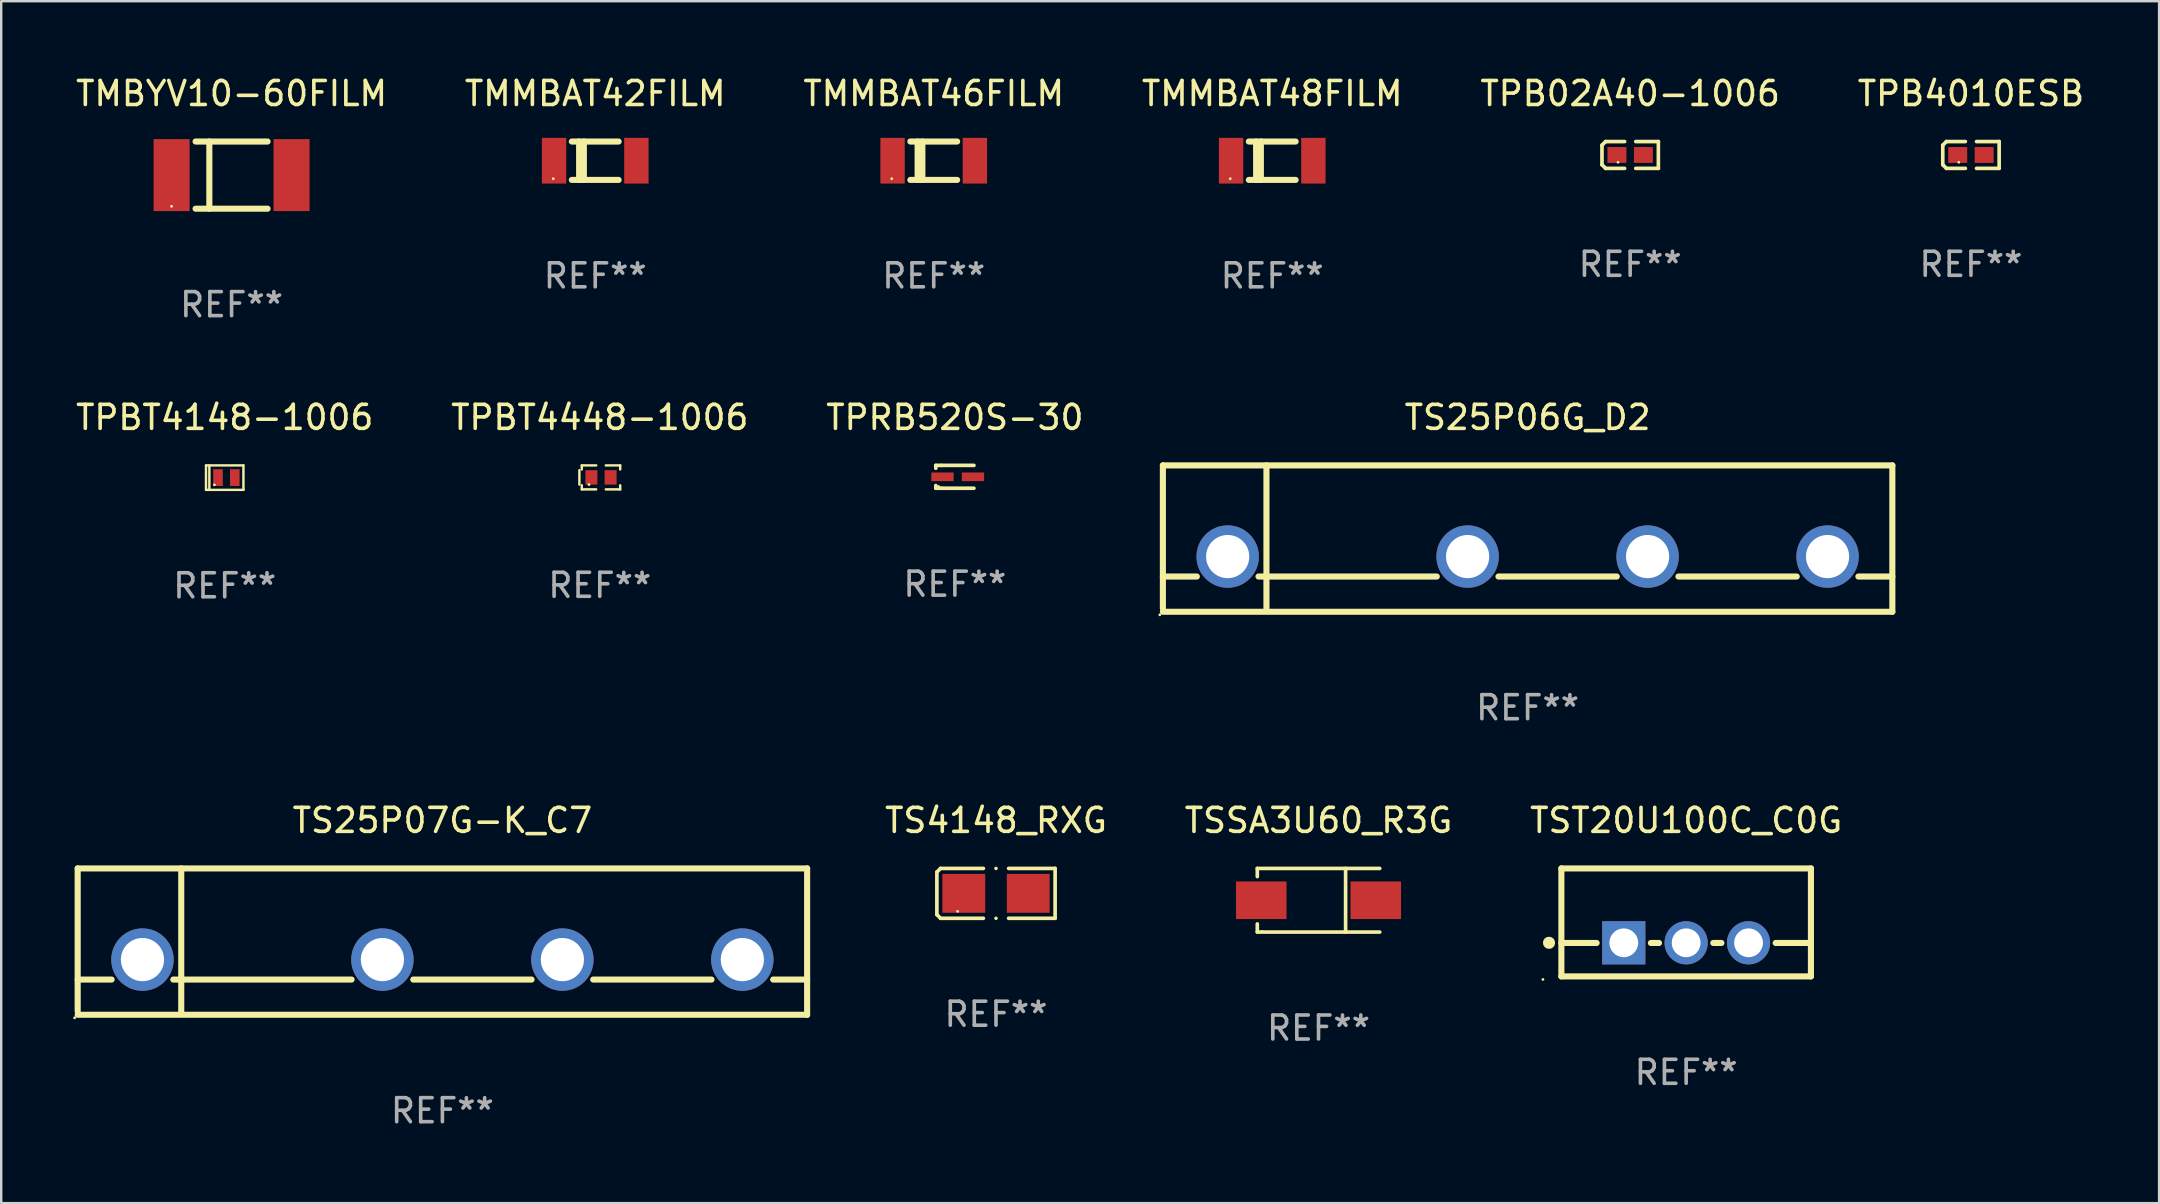
<source format=kicad_pcb>
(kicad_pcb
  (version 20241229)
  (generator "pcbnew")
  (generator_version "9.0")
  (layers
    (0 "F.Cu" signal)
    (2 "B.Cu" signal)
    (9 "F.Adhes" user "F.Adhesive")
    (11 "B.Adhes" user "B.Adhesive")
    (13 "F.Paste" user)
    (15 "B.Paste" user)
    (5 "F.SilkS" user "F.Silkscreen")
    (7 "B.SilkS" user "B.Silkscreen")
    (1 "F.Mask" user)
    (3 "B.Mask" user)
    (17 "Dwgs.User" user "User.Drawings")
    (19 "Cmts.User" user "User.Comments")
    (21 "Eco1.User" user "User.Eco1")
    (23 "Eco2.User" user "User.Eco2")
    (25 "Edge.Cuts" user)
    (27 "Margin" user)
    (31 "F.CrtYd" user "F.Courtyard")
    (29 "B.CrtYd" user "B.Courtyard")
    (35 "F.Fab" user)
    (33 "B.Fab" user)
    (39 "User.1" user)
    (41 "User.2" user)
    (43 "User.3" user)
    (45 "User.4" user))
  (footprint "TMMBAT42FILM"
    (layer "F.Cu")
    (at 21.756 3.648)
    (property "Reference" "TMMBAT42FILM" (at 0 -2.8 0) (layer "F.SilkS") (effects (font (size 1 1) (thickness 0.15))))
    (attr through_hole)
    (fp_line (start -0.975 -0.8) (end 0.975 -0.8) (stroke (width 0.254) (type solid)) (layer "F.SilkS"))
    (fp_line (start -0.975 0.8) (end 0.975 0.8) (stroke (width 0.254) (type solid)) (layer "F.SilkS"))
    (fp_line (start -0.671 -0.8) (end -0.671 0.8) (stroke (width 0.254) (type solid)) (layer "F.SilkS"))
    (fp_line (start -0.474 -0.8) (end -0.474 0.8) (stroke (width 0.254) (type solid)) (layer "F.SilkS"))
    (fp_circle (center -1.75 0.75) (end -1.72 0.75) (stroke (width 0.06) (type solid)) (fill no) (layer "F.SilkS"))
    (fp_text user "REF**" (at 0 4.8 0) (layer "F.Fab") (effects (font (size 1 1) (thickness 0.15))))
    (pad "1" smd rect (at -1.715 0 180) (size 1.016 1.905) (layers "F.Cu" "F.Mask" "F.Paste"))
    (pad "2" smd rect (at 1.715 0 180) (size 1.016 1.905) (layers "F.Cu" "F.Mask" "F.Paste")))
  (footprint "TPB4010ESB"
    (layer "F.Cu")
    (at 79.089 3.408)
    (property "Reference" "TPB4010ESB" (at 0 -2.559 0) (layer "F.SilkS") (effects (font (size 1 1) (thickness 0.15))))
    (attr through_hole)
    (fp_line (start -1.175 -0.407) (end -1.023 -0.559) (stroke (width 0.152) (type solid)) (layer "F.SilkS"))
    (fp_line (start -1.175 0.407) (end -1.175 -0.407) (stroke (width 0.152) (type solid)) (layer "F.SilkS"))
    (fp_line (start -1.023 -0.559) (end -0.232 -0.559) (stroke (width 0.152) (type solid)) (layer "F.SilkS"))
    (fp_line (start -1.023 0.559) (end -1.175 0.407) (stroke (width 0.152) (type solid)) (layer "F.SilkS"))
    (fp_line (start -0.232 0.559) (end -1.023 0.559) (stroke (width 0.152) (type solid)) (layer "F.SilkS"))
    (fp_line (start 0.232 0.559) (end 1.175 0.559) (stroke (width 0.152) (type solid)) (layer "F.SilkS"))
    (fp_line (start 1.175 -0.559) (end 0.232 -0.559) (stroke (width 0.152) (type solid)) (layer "F.SilkS"))
    (fp_line (start 1.175 0.559) (end 1.175 -0.559) (stroke (width 0.152) (type solid)) (layer "F.SilkS"))
    (fp_circle (center -0.506 0.306) (end -0.476 0.306) (stroke (width 0.06) (type solid)) (fill no) (layer "F.SilkS"))
    (fp_text user "REF**" (at 0 4.559 0) (layer "F.Fab") (effects (font (size 1 1) (thickness 0.15))))
    (pad "1" smd rect (at -0.551 0) (size 0.79 0.661) (layers "F.Cu" "F.Mask" "F.Paste"))
    (pad "2" smd rect (at 0.551 0) (size 0.79 0.661) (layers "F.Cu" "F.Mask" "F.Paste")))
  (footprint "TMBYV10-60FILM"
    (layer "F.Cu")
    (at 6.601 4.248)
    (property "Reference" "TMBYV10-60FILM" (at 0 -3.4 0) (layer "F.SilkS") (effects (font (size 1 1) (thickness 0.15))))
    (attr through_hole)
    (fp_line (start -1.5 -1.4) (end 1.5 -1.4) (stroke (width 0.254) (type solid)) (layer "F.SilkS"))
    (fp_line (start -1.5 1.4) (end 1.5 1.4) (stroke (width 0.254) (type solid)) (layer "F.SilkS"))
    (fp_line (start -0.927 -1.4) (end -0.927 1.4) (stroke (width 0.254) (type solid)) (layer "F.SilkS"))
    (fp_circle (center -2.5 1.3) (end -2.47 1.3) (stroke (width 0.06) (type solid)) (fill no) (layer "F.SilkS"))
    (fp_text user "REF**" (at 0 5.4 0) (layer "F.Fab") (effects (font (size 1 1) (thickness 0.15))))
    (pad "1" smd rect (at -2.5 0 90) (size 3 1.5) (layers "F.Cu" "F.Mask" "F.Paste"))
    (pad "2" smd rect (at 2.5 0 90) (size 3 1.5) (layers "F.Cu" "F.Mask" "F.Paste")))
  (footprint "TMMBAT46FILM"
    (layer "F.Cu")
    (at 35.863 3.648)
    (property "Reference" "TMMBAT46FILM" (at 0 -2.8 0) (layer "F.SilkS") (effects (font (size 1 1) (thickness 0.15))))
    (attr through_hole)
    (fp_line (start -0.975 -0.8) (end 0.975 -0.8) (stroke (width 0.254) (type solid)) (layer "F.SilkS"))
    (fp_line (start -0.975 0.8) (end 0.975 0.8) (stroke (width 0.254) (type solid)) (layer "F.SilkS"))
    (fp_line (start -0.671 -0.8) (end -0.671 0.8) (stroke (width 0.254) (type solid)) (layer "F.SilkS"))
    (fp_line (start -0.474 -0.8) (end -0.474 0.8) (stroke (width 0.254) (type solid)) (layer "F.SilkS"))
    (fp_circle (center -1.75 0.75) (end -1.72 0.75) (stroke (width 0.06) (type solid)) (fill no) (layer "F.SilkS"))
    (fp_text user "REF**" (at 0 4.8 0) (layer "F.Fab") (effects (font (size 1 1) (thickness 0.15))))
    (pad "1" smd rect (at -1.715 0 180) (size 1.016 1.905) (layers "F.Cu" "F.Mask" "F.Paste"))
    (pad "2" smd rect (at 1.715 0 180) (size 1.016 1.905) (layers "F.Cu" "F.Mask" "F.Paste")))
  (footprint "TPBT4148-1006"
    (layer "F.Cu")
    (at 6.315 16.855)
    (property "Reference" "TPBT4148-1006" (at 0 -2.51 0) (layer "F.SilkS") (effects (font (size 1 1) (thickness 0.15))))
    (attr through_hole)
    (fp_line (start -0.78 -0.51) (end -0.78 0.51) (stroke (width 0.102) (type solid)) (layer "F.SilkS"))
    (fp_line (start -0.78 -0.51) (end 0.78 -0.51) (stroke (width 0.102) (type solid)) (layer "F.SilkS"))
    (fp_line (start -0.78 0.51) (end 0.78 0.51) (stroke (width 0.102) (type solid)) (layer "F.SilkS"))
    (fp_line (start -0.64 -0.51) (end -0.64 0.51) (stroke (width 0.102) (type solid)) (layer "F.SilkS"))
    (fp_line (start 0.78 -0.51) (end 0.78 0.51) (stroke (width 0.102) (type solid)) (layer "F.SilkS"))
    (fp_circle (center -0.43 0.3) (end -0.4 0.3) (stroke (width 0.06) (type solid)) (fill no) (layer "F.SilkS"))
    (fp_text user "REF**" (at 0 4.51 0) (layer "F.Fab") (effects (font (size 1 1) (thickness 0.15))))
    (pad "1" smd rect (at -0.28 0) (size 0.4 0.7) (layers "F.Cu" "F.Mask" "F.Paste"))
    (pad "2" smd rect (at 0.42 0) (size 0.4 0.7) (layers "F.Cu" "F.Mask" "F.Paste")))
  (footprint "TMMBAT48FILM"
    (layer "F.Cu")
    (at 49.97 3.648)
    (property "Reference" "TMMBAT48FILM" (at 0 -2.8 0) (layer "F.SilkS") (effects (font (size 1 1) (thickness 0.15))))
    (attr through_hole)
    (fp_line (start -0.975 -0.8) (end 0.975 -0.8) (stroke (width 0.254) (type solid)) (layer "F.SilkS"))
    (fp_line (start -0.975 0.8) (end 0.975 0.8) (stroke (width 0.254) (type solid)) (layer "F.SilkS"))
    (fp_line (start -0.671 -0.8) (end -0.671 0.8) (stroke (width 0.254) (type solid)) (layer "F.SilkS"))
    (fp_line (start -0.474 -0.8) (end -0.474 0.8) (stroke (width 0.254) (type solid)) (layer "F.SilkS"))
    (fp_circle (center -1.75 0.75) (end -1.72 0.75) (stroke (width 0.06) (type solid)) (fill no) (layer "F.SilkS"))
    (fp_text user "REF**" (at 0 4.8 0) (layer "F.Fab") (effects (font (size 1 1) (thickness 0.15))))
    (pad "1" smd rect (at -1.715 0 180) (size 1.016 1.905) (layers "F.Cu" "F.Mask" "F.Paste"))
    (pad "2" smd rect (at 1.715 0 180) (size 1.016 1.905) (layers "F.Cu" "F.Mask" "F.Paste")))
  (footprint "TSSA3U60_R3G"
    (layer "F.Cu")
    (at 51.899 34.468)
    (property "Reference" "TSSA3U60_R3G" (at 0 -3.326 0) (layer "F.SilkS") (effects (font (size 1 1) (thickness 0.15))))
    (attr through_hole)
    (fp_line (start -2.551 -1.326) (end -2.551 -0.986) (stroke (width 0.152) (type solid)) (layer "F.SilkS"))
    (fp_line (start -2.551 1.326) (end -2.551 0.986) (stroke (width 0.152) (type solid)) (layer "F.SilkS"))
    (fp_line (start 1.129 1.326) (end 1.129 -1.326) (stroke (width 0.152) (type solid)) (layer "F.SilkS"))
    (fp_line (start 2.551 -1.326) (end -2.551 -1.326) (stroke (width 0.152) (type solid)) (layer "F.SilkS"))
    (fp_line (start 2.551 1.326) (end -2.551 1.326) (stroke (width 0.152) (type solid)) (layer "F.SilkS"))
    (fp_circle (center -2.35 1.3) (end -2.32 1.3) (stroke (width 0.06) (type solid)) (fill no) (layer "F.SilkS"))
    (fp_text user "REF**" (at 0 5.326 0) (layer "F.Fab") (effects (font (size 1 1) (thickness 0.15))))
    (pad "1" smd rect (at -2.386 0) (size 2.107 1.566) (layers "F.Cu" "F.Mask" "F.Paste"))
    (pad "2" smd rect (at 2.386 0) (size 2.107 1.566) (layers "F.Cu" "F.Mask" "F.Paste")))
  (footprint "TS4148_RXG"
    (layer "F.Cu")
    (at 38.458 34.18)
    (property "Reference" "TS4148_RXG" (at 0 -3.039 0) (layer "F.SilkS") (effects (font (size 1 1) (thickness 0.15))))
    (attr through_hole)
    (fp_line (start -2.464 -0.886) (end -2.311 -1.039) (stroke (width 0.152) (type solid)) (layer "F.SilkS"))
    (fp_line (start -2.464 0.886) (end -2.464 -0.886) (stroke (width 0.152) (type solid)) (layer "F.SilkS"))
    (fp_line (start -2.311 -1.039) (end -0.526 -1.039) (stroke (width 0.152) (type solid)) (layer "F.SilkS"))
    (fp_line (start -2.311 1.039) (end -2.464 0.886) (stroke (width 0.152) (type solid)) (layer "F.SilkS"))
    (fp_line (start -0.526 1.039) (end -2.311 1.039) (stroke (width 0.152) (type solid)) (layer "F.SilkS"))
    (fp_line (start 0.526 1.039) (end 2.464 1.039) (stroke (width 0.152) (type solid)) (layer "F.SilkS"))
    (fp_line (start 2.464 -1.039) (end 0.526 -1.039) (stroke (width 0.152) (type solid)) (layer "F.SilkS"))
    (fp_line (start 2.464 1.039) (end 2.464 -1.039) (stroke (width 0.152) (type solid)) (layer "F.SilkS"))
    (fp_circle (center -1.6 0.75) (end -1.57 0.75) (stroke (width 0.06) (type solid)) (fill no) (layer "F.SilkS"))
    (fp_circle (center -0.000038 -1.039) (end 0.038 -1.039) (stroke (width 0.076) (type solid)) (fill no) (layer "F.SilkS"))
    (fp_circle (center -0.000038 1.039) (end 0.038 1.039) (stroke (width 0.076) (type solid)) (fill no) (layer "F.SilkS"))
    (fp_text user "REF**" (at 0 5.039 0) (layer "F.Fab") (effects (font (size 1 1) (thickness 0.15))))
    (pad "1" smd rect (at -1.342 0.000013) (size 1.785 1.62) (layers "F.Cu" "F.Mask" "F.Paste"))
    (pad "2" smd rect (at 1.343 0.000013) (size 1.785 1.62) (layers "F.Cu" "F.Mask" "F.Paste")))
  (footprint "TPBT4448-1006"
    (layer "F.Cu")
    (at 21.946 16.845)
    (property "Reference" "TPBT4448-1006" (at 0 -2.5 0) (layer "F.SilkS") (effects (font (size 1 1) (thickness 0.15))))
    (attr through_hole)
    (fp_line (start -0.85 -0.3) (end -0.85 0.3) (stroke (width 0.102) (type solid)) (layer "F.SilkS"))
    (fp_line (start -0.75 -0.5) (end -0.75 -0.329) (stroke (width 0.102) (type solid)) (layer "F.SilkS"))
    (fp_line (start -0.75 0.329) (end -0.75 0.5) (stroke (width 0.102) (type solid)) (layer "F.SilkS"))
    (fp_line (start -0.75 0.5) (end -0.15 0.5) (stroke (width 0.102) (type solid)) (layer "F.SilkS"))
    (fp_line (start -0.15 -0.5) (end -0.75 -0.5) (stroke (width 0.102) (type solid)) (layer "F.SilkS"))
    (fp_line (start 0.25 -0.5) (end 0.85 -0.5) (stroke (width 0.102) (type solid)) (layer "F.SilkS"))
    (fp_line (start 0.85 -0.5) (end 0.85 -0.33) (stroke (width 0.102) (type solid)) (layer "F.SilkS"))
    (fp_line (start 0.85 0.33) (end 0.85 0.5) (stroke (width 0.102) (type solid)) (layer "F.SilkS"))
    (fp_line (start 0.85 0.5) (end 0.25 0.5) (stroke (width 0.102) (type solid)) (layer "F.SilkS"))
    (fp_circle (center -0.45 0.3) (end -0.42 0.3) (stroke (width 0.06) (type solid)) (fill no) (layer "F.SilkS"))
    (fp_text user "REF**" (at 0 4.5 0) (layer "F.Fab") (effects (font (size 1 1) (thickness 0.15))))
    (pad "1" smd rect (at -0.35 0) (size 0.5 0.6) (layers "F.Cu" "F.Mask" "F.Paste"))
    (pad "2" smd rect (at 0.45 0) (size 0.5 0.6) (layers "F.Cu" "F.Mask" "F.Paste")))
  (footprint "TPB02A40-1006"
    (layer "F.Cu")
    (at 64.887 3.408)
    (property "Reference" "TPB02A40-1006" (at 0 -2.559 0) (layer "F.SilkS") (effects (font (size 1 1) (thickness 0.15))))
    (attr through_hole)
    (fp_line (start -1.175 -0.407) (end -1.023 -0.559) (stroke (width 0.152) (type solid)) (layer "F.SilkS"))
    (fp_line (start -1.175 0.407) (end -1.175 -0.407) (stroke (width 0.152) (type solid)) (layer "F.SilkS"))
    (fp_line (start -1.023 -0.559) (end -0.232 -0.559) (stroke (width 0.152) (type solid)) (layer "F.SilkS"))
    (fp_line (start -1.023 0.559) (end -1.175 0.407) (stroke (width 0.152) (type solid)) (layer "F.SilkS"))
    (fp_line (start -0.232 0.559) (end -1.023 0.559) (stroke (width 0.152) (type solid)) (layer "F.SilkS"))
    (fp_line (start 0.232 0.559) (end 1.175 0.559) (stroke (width 0.152) (type solid)) (layer "F.SilkS"))
    (fp_line (start 1.175 -0.559) (end 0.232 -0.559) (stroke (width 0.152) (type solid)) (layer "F.SilkS"))
    (fp_line (start 1.175 0.559) (end 1.175 -0.559) (stroke (width 0.152) (type solid)) (layer "F.SilkS"))
    (fp_circle (center -0.506 0.306) (end -0.476 0.306) (stroke (width 0.06) (type solid)) (fill no) (layer "F.SilkS"))
    (fp_text user "REF**" (at 0 4.559 0) (layer "F.Fab") (effects (font (size 1 1) (thickness 0.15))))
    (pad "1" smd rect (at -0.551 0) (size 0.79 0.661) (layers "F.Cu" "F.Mask" "F.Paste"))
    (pad "2" smd rect (at 0.551 0) (size 0.79 0.661) (layers "F.Cu" "F.Mask" "F.Paste")))
  (footprint "TPRB520S-30"
    (layer "F.Cu")
    (at 36.744 16.821)
    (property "Reference" "TPRB520S-30" (at 0 -2.476 0) (layer "F.SilkS") (effects (font (size 1 1) (thickness 0.15))))
    (attr through_hole)
    (fp_line (start -0.795 -0.476) (end -0.795 -0.356) (stroke (width 0.152) (type solid)) (layer "F.SilkS"))
    (fp_line (start -0.795 0.363) (end -0.795 0.476) (stroke (width 0.152) (type solid)) (layer "F.SilkS"))
    (fp_line (start -0.795 0.476) (end -0.557 0.476) (stroke (width 0.152) (type solid)) (layer "F.SilkS"))
    (fp_line (start -0.557 -0.476) (end -0.795 -0.476) (stroke (width 0.152) (type solid)) (layer "F.SilkS"))
    (fp_line (start -0.557 -0.476) (end 0.795 -0.476) (stroke (width 0.152) (type solid)) (layer "F.SilkS"))
    (fp_line (start -0.557 0.476) (end 0.795 0.476) (stroke (width 0.152) (type solid)) (layer "F.SilkS"))
    (fp_circle (center -0.681 0.4) (end -0.651 0.4) (stroke (width 0.06) (type solid)) (fill no) (layer "F.SilkS"))
    (fp_text user "REF**" (at 0 4.476 0) (layer "F.Fab") (effects (font (size 1 1) (thickness 0.15))))
    (pad "1" smd rect (at -0.516 0 180) (size 0.93 0.36) (layers "F.Cu" "F.Mask" "F.Paste"))
    (pad "2" smd rect (at 0.754 0 180) (size 0.93 0.36) (layers "F.Cu" "F.Mask" "F.Paste")))
  (footprint "TS25P07G-K_C7"
    (layer "F.Cu")
    (at 15.387 36.191)
    (property "Reference" "TS25P07G-K_C7" (at 0 -5.05 0) (layer "F.SilkS") (effects (font (size 1 1) (thickness 0.15))))
    (attr through_hole)
    (fp_line (start -15.2 -3.05) (end -15.2 2.909) (stroke (width 0.254) (type solid)) (layer "F.SilkS"))
    (fp_line (start -15.2 -3.05) (end 15.2 -3.05) (stroke (width 0.254) (type solid)) (layer "F.SilkS"))
    (fp_line (start -15.2 1.582) (end -13.785 1.582) (stroke (width 0.254) (type solid)) (layer "F.SilkS"))
    (fp_line (start -15.2 3.05) (end 15.2 3.05) (stroke (width 0.254) (type solid)) (layer "F.SilkS"))
    (fp_line (start -11.215 1.582) (end -3.785 1.582) (stroke (width 0.254) (type solid)) (layer "F.SilkS"))
    (fp_line (start -10.884 -3.05) (end -10.884 2.909) (stroke (width 0.254) (type solid)) (layer "F.SilkS"))
    (fp_line (start -1.215 1.582) (end 3.715 1.582) (stroke (width 0.254) (type solid)) (layer "F.SilkS"))
    (fp_line (start 6.285 1.582) (end 11.215 1.582) (stroke (width 0.254) (type solid)) (layer "F.SilkS"))
    (fp_line (start 13.785 1.582) (end 15.2 1.582) (stroke (width 0.254) (type solid)) (layer "F.SilkS"))
    (fp_line (start 15.2 -3.05) (end 15.2 3.05) (stroke (width 0.254) (type solid)) (layer "F.SilkS"))
    (fp_circle (center -15.327 3.177) (end -15.297 3.177) (stroke (width 0.06) (type solid)) (fill no) (layer "F.SilkS"))
    (fp_text user "&#126;" (at -3.301 -0.827 0) (layer "B.Mask") (effects (font (size 1 1) (thickness 0.15))))
    (fp_text user "+" (at -13.461 -0.782 0) (layer "B.Mask") (effects (font (size 1 1) (thickness 0.15))))
    (fp_text user "&#126;" (at 3.938 -0.7 0) (layer "B.Mask") (effects (font (size 1 1) (thickness 0.15))))
    (fp_text user "-" (at 11.176 -0.774 0) (layer "B.Mask") (effects (font (size 1 1) (thickness 0.15))))
    (fp_text user "REF**" (at 0 7.05 0) (layer "F.Fab") (effects (font (size 1 1) (thickness 0.15))))
    (pad "1" thru_hole circle (at -12.5 0.75) (size 2.6 2.6) (drill 1.8) (layers "*.Cu" "*.Mask"))
    (pad "2" thru_hole circle (at -2.5 0.75) (size 2.6 2.6) (drill 1.8) (layers "*.Cu" "*.Mask"))
    (pad "3" thru_hole circle (at 5 0.75) (size 2.6 2.6) (drill 1.8) (layers "*.Cu" "*.Mask"))
    (pad "4" thru_hole circle (at 12.5 0.75) (size 2.6 2.6) (drill 1.8) (layers "*.Cu" "*.Mask")))
  (footprint "TS25P06G_D2"
    (layer "F.Cu")
    (at 60.613 19.395)
    (property "Reference" "TS25P06G_D2" (at 0 -5.05 0) (layer "F.SilkS") (effects (font (size 1 1) (thickness 0.15))))
    (attr through_hole)
    (fp_line (start -15.2 -3.05) (end -15.2 2.909) (stroke (width 0.254) (type solid)) (layer "F.SilkS"))
    (fp_line (start -15.2 -3.05) (end 15.2 -3.05) (stroke (width 0.254) (type solid)) (layer "F.SilkS"))
    (fp_line (start -15.2 1.582) (end -13.785 1.582) (stroke (width 0.254) (type solid)) (layer "F.SilkS"))
    (fp_line (start -15.2 3.05) (end 15.2 3.05) (stroke (width 0.254) (type solid)) (layer "F.SilkS"))
    (fp_line (start -11.215 1.582) (end -3.785 1.582) (stroke (width 0.254) (type solid)) (layer "F.SilkS"))
    (fp_line (start -10.884 -3.05) (end -10.884 2.909) (stroke (width 0.254) (type solid)) (layer "F.SilkS"))
    (fp_line (start -1.215 1.582) (end 3.715 1.582) (stroke (width 0.254) (type solid)) (layer "F.SilkS"))
    (fp_line (start 6.285 1.582) (end 11.215 1.582) (stroke (width 0.254) (type solid)) (layer "F.SilkS"))
    (fp_line (start 13.785 1.582) (end 15.2 1.582) (stroke (width 0.254) (type solid)) (layer "F.SilkS"))
    (fp_line (start 15.2 -3.05) (end 15.2 3.05) (stroke (width 0.254) (type solid)) (layer "F.SilkS"))
    (fp_circle (center -15.327 3.177) (end -15.297 3.177) (stroke (width 0.06) (type solid)) (fill no) (layer "F.SilkS"))
    (fp_text user "&#126;" (at 3.938 -0.7 0) (layer "B.Mask") (effects (font (size 1 1) (thickness 0.15))))
    (fp_text user "+" (at -13.461 -0.782 0) (layer "B.Mask") (effects (font (size 1 1) (thickness 0.15))))
    (fp_text user "-" (at 11.176 -0.774 0) (layer "B.Mask") (effects (font (size 1 1) (thickness 0.15))))
    (fp_text user "&#126;" (at -3.301 -0.827 0) (layer "B.Mask") (effects (font (size 1 1) (thickness 0.15))))
    (fp_text user "REF**" (at 0 7.05 0) (layer "F.Fab") (effects (font (size 1 1) (thickness 0.15))))
    (pad "1" thru_hole circle (at -12.5 0.75) (size 2.6 2.6) (drill 1.8) (layers "*.Cu" "*.Mask"))
    (pad "2" thru_hole circle (at -2.5 0.75) (size 2.6 2.6) (drill 1.8) (layers "*.Cu" "*.Mask"))
    (pad "3" thru_hole circle (at 5 0.75) (size 2.6 2.6) (drill 1.8) (layers "*.Cu" "*.Mask"))
    (pad "4" thru_hole circle (at 12.5 0.75) (size 2.6 2.6) (drill 1.8) (layers "*.Cu" "*.Mask")))
  (footprint "TST20U100C_C0G"
    (layer "F.Cu")
    (at 67.22 35.391)
    (property "Reference" "TST20U100C_C0G" (at 0 -4.25 0) (layer "F.SilkS") (effects (font (size 1 1) (thickness 0.15))))
    (attr through_hole)
    (fp_line (start -5.2 -2.25) (end -5.2 2.25) (stroke (width 0.254) (type solid)) (layer "F.SilkS"))
    (fp_line (start -5.2 -2.25) (end 5.2 -2.25) (stroke (width 0.254) (type solid)) (layer "F.SilkS"))
    (fp_line (start -5.2 0.857) (end -3.731 0.857) (stroke (width 0.254) (type solid)) (layer "F.SilkS"))
    (fp_line (start -5.2 2.25) (end 5.2 2.25) (stroke (width 0.254) (type solid)) (layer "F.SilkS"))
    (fp_line (start -1.469 0.857) (end -1.131 0.857) (stroke (width 0.254) (type solid)) (layer "F.SilkS"))
    (fp_line (start 1.131 0.857) (end 1.469 0.857) (stroke (width 0.254) (type solid)) (layer "F.SilkS"))
    (fp_line (start 3.731 0.857) (end 5.2 0.857) (stroke (width 0.254) (type solid)) (layer "F.SilkS"))
    (fp_line (start 5.2 -2.25) (end 5.2 2.25) (stroke (width 0.254) (type solid)) (layer "F.SilkS"))
    (fp_circle (center -5.969 2.377) (end -5.939 2.377) (stroke (width 0.06) (type solid)) (fill no) (layer "F.SilkS"))
    (fp_circle (center -5.715 0.85) (end -5.588 0.85) (stroke (width 0.254) (type solid)) (fill no) (layer "F.SilkS"))
    (fp_text user "REF**" (at 0 6.25 0) (layer "F.Fab") (effects (font (size 1 1) (thickness 0.15))))
    (pad "1" thru_hole rect (at -2.6 0.85) (size 1.8 1.8) (drill 1.2) (layers "*.Cu" "*.Mask"))
    (pad "2" thru_hole circle (at 0 0.85) (size 1.8 1.8) (drill 1.2) (layers "*.Cu" "*.Mask"))
    (pad "3" thru_hole circle (at 2.6 0.85) (size 1.8 1.8) (drill 1.2) (layers "*.Cu" "*.Mask")))
  (gr_rect
    (start -3 -3)
    (end 86.929 47.09)
    (stroke (width 0.1) (type default))
    (fill no)
    (layer "Edge.Cuts")))
</source>
